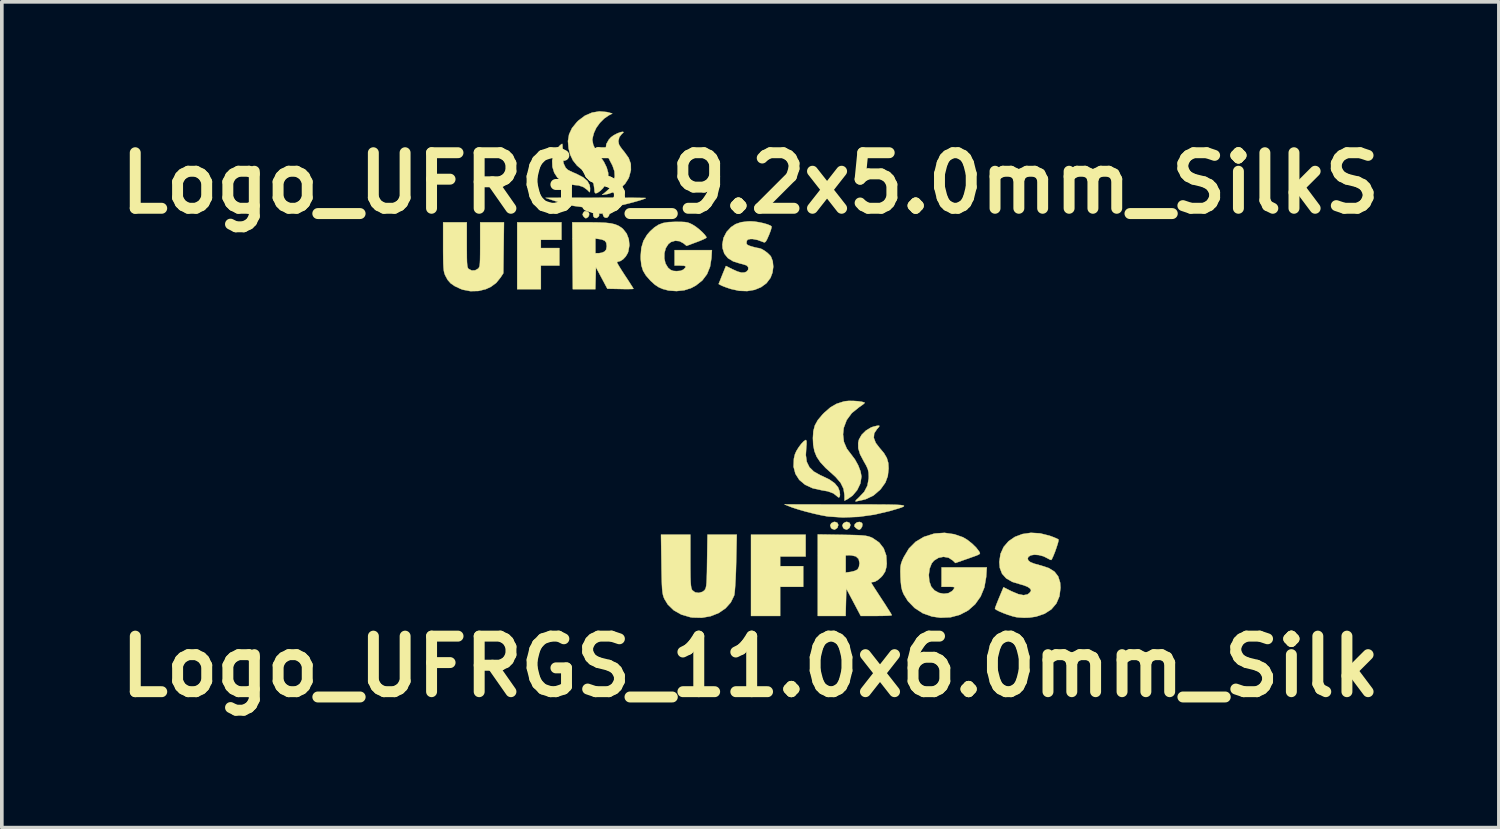
<source format=kicad_pcb>
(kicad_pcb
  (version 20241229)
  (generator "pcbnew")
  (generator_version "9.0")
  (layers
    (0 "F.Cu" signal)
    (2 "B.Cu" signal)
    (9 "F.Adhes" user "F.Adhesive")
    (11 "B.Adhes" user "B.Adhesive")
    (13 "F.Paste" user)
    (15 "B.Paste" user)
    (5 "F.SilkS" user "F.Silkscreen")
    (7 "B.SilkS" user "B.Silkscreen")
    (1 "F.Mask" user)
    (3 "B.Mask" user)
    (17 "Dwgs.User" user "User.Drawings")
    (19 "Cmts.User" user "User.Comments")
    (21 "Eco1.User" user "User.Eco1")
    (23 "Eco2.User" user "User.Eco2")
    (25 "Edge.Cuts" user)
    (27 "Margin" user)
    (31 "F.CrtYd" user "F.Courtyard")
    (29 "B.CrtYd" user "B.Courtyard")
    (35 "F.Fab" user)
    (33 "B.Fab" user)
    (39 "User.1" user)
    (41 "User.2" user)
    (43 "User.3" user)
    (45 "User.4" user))
  (footprint "Logo_UFRGS_9.2x5.0mm_SilkS"
    (layer "F.Cu")
    (at 13.317 2.99)
    (property "Reference" "Logo_UFRGS_9.2x5.0mm_SilkS" (at 4.216 -1.016 0) (layer "F.SilkS") (effects (font (size 1.524 1.524) (thickness 0.3))))
    (attr through_hole)
    (fp_poly (pts (xy -0.965 0.539) (xy -1.53 0.539) (xy -1.53 0.765) (xy -1.022 0.765) (xy -1.022 1.245) (xy -1.53 1.245) (xy -1.53 1.894) (xy -2.179 1.894) (xy -2.179 0.059) (xy -0.965 0.059) (xy -0.965 0.539)) (stroke (width 0.01) (type solid)) (fill yes) (layer "F.SilkS"))
    (fp_poly (pts (xy 0.005 -0.242) (xy 0.059 -0.198) (xy 0.07 -0.137) (xy 0.051 -0.096) (xy -0.007 -0.057) (xy -0.062 -0.072) (xy -0.088 -0.106) (xy -0.098 -0.167) (xy -0.072 -0.22) (xy -0.025 -0.246) (xy 0.005 -0.242)) (stroke (width 0.01) (type solid)) (fill yes) (layer "F.SilkS"))
    (fp_poly (pts (xy 0.291 -0.244) (xy 0.324 -0.222) (xy 0.352 -0.176) (xy 0.335 -0.119) (xy 0.335 -0.119) (xy 0.286 -0.067) (xy 0.23 -0.07) (xy 0.192 -0.102) (xy 0.17 -0.16) (xy 0.189 -0.213) (xy 0.234 -0.245) (xy 0.291 -0.244)) (stroke (width 0.01) (type solid)) (fill yes) (layer "F.SilkS"))
    (fp_poly (pts (xy -0.248 -0.234) (xy -0.209 -0.196) (xy -0.206 -0.14) (xy -0.233 -0.087) (xy -0.284 -0.056) (xy -0.302 -0.054) (xy -0.327 -0.071) (xy -0.356 -0.098) (xy -0.385 -0.149) (xy -0.371 -0.197) (xy -0.335 -0.243) (xy -0.286 -0.246) (xy -0.248 -0.234)) (stroke (width 0.01) (type solid)) (fill yes) (layer "F.SilkS"))
    (fp_poly (pts (xy 0.501 -0.616) (xy 0.732 -0.615) (xy 0.934 -0.614) (xy 1.103 -0.613) (xy 1.232 -0.611) (xy 1.315 -0.61) (xy 1.349 -0.608) (xy 1.349 -0.607) (xy 1.323 -0.592) (xy 1.254 -0.566) (xy 1.151 -0.534) (xy 1.025 -0.498) (xy 0.889 -0.462) (xy 0.752 -0.428) (xy 0.625 -0.4) (xy 0.577 -0.39) (xy 0.282 -0.351) (xy -0.034 -0.338) (xy -0.348 -0.353) (xy -0.637 -0.393) (xy -0.649 -0.396) (xy -0.805 -0.432) (xy -0.977 -0.477) (xy -1.134 -0.524) (xy -1.157 -0.531) (xy -1.403 -0.613) (xy -0.027 -0.615) (xy 0.246 -0.616) (xy 0.501 -0.616)) (stroke (width 0.01) (type solid)) (fill yes) (layer "F.SilkS"))
    (fp_poly (pts (xy 0.739 -2.416) (xy 0.717 -2.388) (xy 0.692 -2.368) (xy 0.622 -2.279) (xy 0.596 -2.17) (xy 0.612 -2.079) (xy 0.645 -2.021) (xy 0.704 -1.94) (xy 0.767 -1.863) (xy 0.879 -1.706) (xy 0.937 -1.545) (xy 0.94 -1.375) (xy 0.891 -1.189) (xy 0.87 -1.14) (xy 0.778 -0.996) (xy 0.643 -0.871) (xy 0.48 -0.775) (xy 0.302 -0.718) (xy 0.277 -0.714) (xy 0.15 -0.695) (xy 0.234 -0.762) (xy 0.34 -0.857) (xy 0.412 -0.954) (xy 0.463 -1.062) (xy 0.497 -1.2) (xy 0.488 -1.343) (xy 0.435 -1.498) (xy 0.365 -1.631) (xy 0.281 -1.804) (xy 0.248 -1.955) (xy 0.267 -2.09) (xy 0.337 -2.213) (xy 0.394 -2.275) (xy 0.471 -2.331) (xy 0.569 -2.382) (xy 0.664 -2.416) (xy 0.717 -2.424) (xy 0.739 -2.416)) (stroke (width 0.01) (type solid)) (fill yes) (layer "F.SilkS"))
    (fp_poly (pts (xy -0.938 -2.068) (xy -0.935 -1.999) (xy -0.937 -1.902) (xy -0.938 -1.88) (xy -0.934 -1.7) (xy -0.904 -1.55) (xy -0.85 -1.438) (xy -0.792 -1.382) (xy -0.736 -1.352) (xy -0.646 -1.31) (xy -0.542 -1.265) (xy -0.54 -1.264) (xy -0.37 -1.175) (xy -0.254 -1.075) (xy -0.192 -0.962) (xy -0.18 -0.879) (xy -0.182 -0.809) (xy -0.188 -0.77) (xy -0.19 -0.767) (xy -0.213 -0.786) (xy -0.253 -0.828) (xy -0.358 -0.906) (xy -0.495 -0.954) (xy -0.61 -0.965) (xy -0.731 -0.984) (xy -0.867 -1.031) (xy -0.991 -1.098) (xy -1.075 -1.166) (xy -1.163 -1.302) (xy -1.213 -1.463) (xy -1.22 -1.634) (xy -1.183 -1.797) (xy -1.171 -1.826) (xy -1.128 -1.902) (xy -1.07 -1.981) (xy -1.01 -2.048) (xy -0.961 -2.088) (xy -0.945 -2.094) (xy -0.938 -2.068)) (stroke (width 0.01) (type solid)) (fill yes) (layer "F.SilkS"))
    (fp_poly (pts (xy 0.284 -2.966) (xy 0.318 -2.957) (xy 0.431 -2.926) (xy 0.332 -2.875) (xy 0.208 -2.79) (xy 0.089 -2.67) (xy -0.01 -2.534) (xy -0.072 -2.4) (xy -0.074 -2.394) (xy -0.099 -2.303) (xy -0.115 -2.229) (xy -0.118 -2.2) (xy -0.093 -2.065) (xy -0.017 -1.91) (xy 0.092 -1.756) (xy 0.199 -1.602) (xy 0.275 -1.447) (xy 0.316 -1.302) (xy 0.319 -1.179) (xy 0.316 -1.163) (xy 0.26 -1.011) (xy 0.174 -0.877) (xy 0.098 -0.803) (xy 0.017 -0.748) (xy -0.032 -0.737) (xy -0.056 -0.77) (xy -0.062 -0.849) (xy -0.082 -0.995) (xy -0.146 -1.13) (xy -0.258 -1.261) (xy -0.386 -1.368) (xy -0.541 -1.502) (xy -0.651 -1.641) (xy -0.726 -1.8) (xy -0.769 -1.966) (xy -0.787 -2.17) (xy -0.756 -2.354) (xy -0.675 -2.527) (xy -0.539 -2.694) (xy -0.5 -2.732) (xy -0.322 -2.866) (xy -0.126 -2.951) (xy 0.078 -2.985) (xy 0.284 -2.966)) (stroke (width 0.01) (type solid)) (fill yes) (layer "F.SilkS"))
    (fp_poly (pts (xy -3.562 0.676) (xy -3.561 0.879) (xy -3.56 1.034) (xy -3.557 1.147) (xy -3.551 1.226) (xy -3.543 1.278) (xy -3.531 1.312) (xy -3.516 1.334) (xy -3.51 1.339) (xy -3.427 1.38) (xy -3.333 1.376) (xy -3.251 1.329) (xy -3.233 1.307) (xy -3.218 1.279) (xy -3.208 1.237) (xy -3.202 1.172) (xy -3.198 1.079) (xy -3.196 0.948) (xy -3.195 0.771) (xy -3.195 0.666) (xy -3.195 0.059) (xy -2.542 0.059) (xy -2.56 1.456) (xy -2.635 1.571) (xy -2.755 1.72) (xy -2.902 1.828) (xy -3.04 1.892) (xy -3.246 1.942) (xy -3.463 1.947) (xy -3.671 1.907) (xy -3.733 1.884) (xy -3.889 1.811) (xy -4.003 1.733) (xy -4.087 1.638) (xy -4.154 1.514) (xy -4.165 1.488) (xy -4.18 1.442) (xy -4.192 1.383) (xy -4.2 1.302) (xy -4.206 1.191) (xy -4.209 1.044) (xy -4.211 0.852) (xy -4.211 0.719) (xy -4.211 0.059) (xy -3.562 0.059) (xy -3.562 0.676)) (stroke (width 0.01) (type solid)) (fill yes) (layer "F.SilkS"))
    (fp_poly (pts (xy -0.173 0.059) (xy 0.059 0.062) (xy 0.243 0.071) (xy 0.388 0.087) (xy 0.503 0.114) (xy 0.596 0.152) (xy 0.677 0.203) (xy 0.725 0.243) (xy 0.823 0.368) (xy 0.882 0.521) (xy 0.898 0.688) (xy 0.87 0.854) (xy 0.854 0.9) (xy 0.799 0.994) (xy 0.725 1.073) (xy 0.648 1.122) (xy 0.608 1.131) (xy 0.566 1.145) (xy 0.559 1.16) (xy 0.574 1.192) (xy 0.615 1.262) (xy 0.676 1.361) (xy 0.752 1.479) (xy 0.785 1.529) (xy 0.865 1.65) (xy 0.932 1.755) (xy 0.982 1.833) (xy 1.008 1.876) (xy 1.01 1.882) (xy 0.984 1.887) (xy 0.912 1.889) (xy 0.804 1.89) (xy 0.672 1.888) (xy 0.652 1.887) (xy 0.294 1.88) (xy 0.137 1.585) (xy -0.02 1.29) (xy -0.028 1.592) (xy -0.036 1.894) (xy -0.653 1.894) (xy -0.662 0.906) (xy -0.034 0.906) (xy 0.059 0.906) (xy 0.145 0.892) (xy 0.214 0.862) (xy 0.261 0.808) (xy 0.276 0.725) (xy 0.277 0.71) (xy 0.264 0.618) (xy 0.22 0.561) (xy 0.134 0.528) (xy 0.08 0.519) (xy -0.034 0.503) (xy -0.034 0.906) (xy -0.662 0.906) (xy -0.669 0.059) (xy -0.173 0.059)) (stroke (width 0.01) (type solid)) (fill yes) (layer "F.SilkS"))
    (fp_poly (pts (xy 2.321 0.046) (xy 2.42 0.051) (xy 2.493 0.063) (xy 2.554 0.084) (xy 2.621 0.117) (xy 2.641 0.128) (xy 2.725 0.182) (xy 2.815 0.253) (xy 2.9 0.33) (xy 2.968 0.402) (xy 3.008 0.458) (xy 3.014 0.477) (xy 2.989 0.496) (xy 2.922 0.529) (xy 2.825 0.57) (xy 2.74 0.602) (xy 2.467 0.704) (xy 2.385 0.636) (xy 2.276 0.576) (xy 2.156 0.564) (xy 2.041 0.598) (xy 1.968 0.654) (xy 1.896 0.767) (xy 1.859 0.905) (xy 1.857 1.05) (xy 1.888 1.187) (xy 1.955 1.298) (xy 1.964 1.309) (xy 2.031 1.365) (xy 2.1 1.391) (xy 2.191 1.398) (xy 2.303 1.389) (xy 2.377 1.357) (xy 2.39 1.346) (xy 2.437 1.296) (xy 2.44 1.265) (xy 2.394 1.249) (xy 2.297 1.245) (xy 2.294 1.245) (xy 2.139 1.245) (xy 2.139 0.821) (xy 3.162 0.821) (xy 3.149 1.04) (xy 3.111 1.277) (xy 3.028 1.481) (xy 2.898 1.653) (xy 2.721 1.793) (xy 2.594 1.861) (xy 2.405 1.922) (xy 2.192 1.945) (xy 1.977 1.93) (xy 1.815 1.888) (xy 1.701 1.838) (xy 1.596 1.768) (xy 1.482 1.665) (xy 1.474 1.656) (xy 1.354 1.52) (xy 1.274 1.388) (xy 1.228 1.241) (xy 1.209 1.064) (xy 1.208 0.987) (xy 1.226 0.76) (xy 1.284 0.567) (xy 1.384 0.4) (xy 1.466 0.306) (xy 1.584 0.199) (xy 1.698 0.125) (xy 1.821 0.078) (xy 1.969 0.053) (xy 2.157 0.045) (xy 2.182 0.045) (xy 2.321 0.046)) (stroke (width 0.01) (type solid)) (fill yes) (layer "F.SilkS"))
    (fp_poly (pts (xy 4.334 0.038) (xy 4.454 0.057) (xy 4.576 0.083) (xy 4.684 0.114) (xy 4.763 0.146) (xy 4.799 0.172) (xy 4.796 0.208) (xy 4.775 0.282) (xy 4.738 0.38) (xy 4.725 0.412) (xy 4.677 0.521) (xy 4.641 0.584) (xy 4.611 0.609) (xy 4.59 0.607) (xy 4.417 0.543) (xy 4.281 0.516) (xy 4.223 0.516) (xy 4.154 0.529) (xy 4.122 0.559) (xy 4.113 0.601) (xy 4.113 0.646) (xy 4.135 0.676) (xy 4.19 0.701) (xy 4.252 0.721) (xy 4.343 0.746) (xy 4.415 0.762) (xy 4.442 0.765) (xy 4.511 0.784) (xy 4.599 0.833) (xy 4.688 0.899) (xy 4.76 0.97) (xy 4.783 1.001) (xy 4.831 1.127) (xy 4.845 1.278) (xy 4.824 1.436) (xy 4.769 1.582) (xy 4.767 1.585) (xy 4.658 1.729) (xy 4.51 1.838) (xy 4.332 1.911) (xy 4.129 1.945) (xy 3.91 1.937) (xy 3.683 1.887) (xy 3.67 1.883) (xy 3.563 1.847) (xy 3.47 1.812) (xy 3.411 1.786) (xy 3.41 1.785) (xy 3.347 1.751) (xy 3.4 1.618) (xy 3.443 1.51) (xy 3.487 1.402) (xy 3.5 1.37) (xy 3.547 1.256) (xy 3.732 1.349) (xy 3.869 1.41) (xy 3.973 1.438) (xy 4.057 1.434) (xy 4.11 1.413) (xy 4.155 1.363) (xy 4.16 1.299) (xy 4.129 1.251) (xy 4.083 1.23) (xy 4.002 1.205) (xy 3.939 1.19) (xy 3.746 1.13) (xy 3.601 1.04) (xy 3.504 0.92) (xy 3.455 0.771) (xy 3.448 0.665) (xy 3.48 0.486) (xy 3.564 0.323) (xy 3.685 0.192) (xy 3.811 0.108) (xy 3.961 0.056) (xy 4.144 0.033) (xy 4.23 0.031) (xy 4.334 0.038)) (stroke (width 0.01) (type solid)) (fill yes) (layer "F.SilkS")))
  (footprint "Logo_UFRGS_11.0x6.0mm_Silk"
    (layer "F.Cu")
    (at 20.15 11.577)
    (property "Reference" "Logo_UFRGS_11.0x6.0mm_Silk" (at -2.616 3.658 0) (layer "F.SilkS") (effects (font (size 1.524 1.524) (thickness 0.3))))
    (attr exclude_from_pos_files exclude_from_bom)
    (fp_poly (pts (xy -1.1 0.638) (xy -1.799 0.638) (xy -1.799 0.904) (xy -1.166 0.904) (xy -1.166 1.47) (xy -1.799 1.47) (xy -1.799 2.269) (xy -2.598 2.269) (xy -2.598 0.039) (xy -1.1 0.039) (xy -1.1 0.638)) (stroke (width 0.01) (type solid)) (fill yes) (layer "F.SilkS"))
    (fp_poly (pts (xy -0.229 -0.286) (xy -0.203 -0.226) (xy -0.228 -0.152) (xy -0.235 -0.143) (xy -0.303 -0.098) (xy -0.374 -0.119) (xy -0.403 -0.147) (xy -0.426 -0.215) (xy -0.396 -0.275) (xy -0.324 -0.309) (xy -0.297 -0.311) (xy -0.229 -0.286)) (stroke (width 0.01) (type solid)) (fill yes) (layer "F.SilkS"))
    (fp_poly (pts (xy 0.104 -0.286) (xy 0.13 -0.226) (xy 0.105 -0.152) (xy 0.098 -0.143) (xy 0.03 -0.098) (xy -0.041 -0.119) (xy -0.07 -0.147) (xy -0.093 -0.215) (xy -0.063 -0.275) (xy 0.008 -0.309) (xy 0.035 -0.311) (xy 0.104 -0.286)) (stroke (width 0.01) (type solid)) (fill yes) (layer "F.SilkS"))
    (fp_poly (pts (xy 0.439 -0.287) (xy 0.459 -0.251) (xy 0.45 -0.184) (xy 0.413 -0.121) (xy 0.368 -0.094) (xy 0.326 -0.112) (xy 0.28 -0.142) (xy 0.236 -0.19) (xy 0.248 -0.244) (xy 0.252 -0.251) (xy 0.308 -0.298) (xy 0.379 -0.31) (xy 0.439 -0.287)) (stroke (width 0.01) (type solid)) (fill yes) (layer "F.SilkS"))
    (fp_poly (pts (xy 0.016 -0.789) (xy 0.41 -0.789) (xy 0.741 -0.788) (xy 1.013 -0.787) (xy 1.229 -0.784) (xy 1.392 -0.78) (xy 1.506 -0.773) (xy 1.574 -0.763) (xy 1.6 -0.75) (xy 1.587 -0.732) (xy 1.539 -0.71) (xy 1.459 -0.683) (xy 1.351 -0.651) (xy 1.219 -0.612) (xy 1.205 -0.608) (xy 0.783 -0.509) (xy 0.351 -0.449) (xy -0.074 -0.432) (xy -0.47 -0.458) (xy -0.516 -0.464) (xy -0.683 -0.495) (xy -0.884 -0.54) (xy -1.098 -0.594) (xy -1.3 -0.652) (xy -1.467 -0.706) (xy -1.516 -0.725) (xy -1.682 -0.79) (xy 0.016 -0.789)) (stroke (width 0.01) (type solid)) (fill yes) (layer "F.SilkS"))
    (fp_poly (pts (xy -1.075 -2.527) (xy -1.075 -2.435) (xy -1.081 -2.376) (xy -1.095 -2.144) (xy -1.069 -1.958) (xy -0.997 -1.811) (xy -0.875 -1.691) (xy -0.697 -1.591) (xy -0.651 -1.571) (xy -0.446 -1.472) (xy -0.301 -1.369) (xy -0.21 -1.258) (xy -0.169 -1.152) (xy -0.157 -1.052) (xy -0.169 -0.992) (xy -0.201 -0.982) (xy -0.235 -1.011) (xy -0.338 -1.093) (xy -0.493 -1.15) (xy -0.65 -1.177) (xy -0.905 -1.233) (xy -1.114 -1.329) (xy -1.274 -1.463) (xy -1.38 -1.63) (xy -1.431 -1.825) (xy -1.422 -2.044) (xy -1.394 -2.163) (xy -1.355 -2.252) (xy -1.293 -2.353) (xy -1.221 -2.449) (xy -1.152 -2.522) (xy -1.099 -2.557) (xy -1.093 -2.558) (xy -1.075 -2.527)) (stroke (width 0.01) (type solid)) (fill yes) (layer "F.SilkS"))
    (fp_poly (pts (xy 0.918 -2.924) (xy 0.868 -2.866) (xy 0.858 -2.856) (xy 0.781 -2.741) (xy 0.77 -2.616) (xy 0.823 -2.477) (xy 0.925 -2.344) (xy 1.05 -2.195) (xy 1.128 -2.062) (xy 1.167 -1.927) (xy 1.176 -1.776) (xy 1.154 -1.568) (xy 1.088 -1.39) (xy 0.967 -1.22) (xy 0.945 -1.194) (xy 0.759 -1.033) (xy 0.548 -0.933) (xy 0.465 -0.912) (xy 0.366 -0.891) (xy 0.285 -0.873) (xy 0.282 -0.872) (xy 0.263 -0.879) (xy 0.297 -0.922) (xy 0.358 -0.978) (xy 0.507 -1.135) (xy 0.595 -1.305) (xy 0.63 -1.501) (xy 0.632 -1.552) (xy 0.627 -1.662) (xy 0.607 -1.754) (xy 0.564 -1.852) (xy 0.495 -1.974) (xy 0.394 -2.165) (xy 0.344 -2.33) (xy 0.342 -2.479) (xy 0.363 -2.569) (xy 0.436 -2.699) (xy 0.553 -2.815) (xy 0.695 -2.901) (xy 0.755 -2.922) (xy 0.866 -2.949) (xy 0.919 -2.951) (xy 0.918 -2.924)) (stroke (width 0.01) (type solid)) (fill yes) (layer "F.SilkS"))
    (fp_poly (pts (xy 0.208 -3.629) (xy 0.333 -3.621) (xy 0.441 -3.606) (xy 0.51 -3.586) (xy 0.521 -3.579) (xy 0.502 -3.555) (xy 0.441 -3.508) (xy 0.365 -3.456) (xy 0.166 -3.295) (xy 0.026 -3.105) (xy -0.055 -2.889) (xy -0.074 -2.71) (xy -0.05 -2.505) (xy 0.03 -2.319) (xy 0.145 -2.167) (xy 0.252 -2.025) (xy 0.342 -1.862) (xy 0.405 -1.699) (xy 0.431 -1.559) (xy 0.431 -1.55) (xy 0.401 -1.363) (xy 0.316 -1.185) (xy 0.189 -1.033) (xy 0.057 -0.94) (xy -0.034 -0.892) (xy -0.034 -1.044) (xy -0.06 -1.219) (xy -0.14 -1.383) (xy -0.279 -1.545) (xy -0.356 -1.615) (xy -0.552 -1.791) (xy -0.696 -1.947) (xy -0.797 -2.097) (xy -0.859 -2.252) (xy -0.892 -2.425) (xy -0.9 -2.61) (xy -0.888 -2.8) (xy -0.846 -2.958) (xy -0.766 -3.103) (xy -0.639 -3.254) (xy -0.588 -3.306) (xy -0.419 -3.453) (xy -0.251 -3.55) (xy -0.061 -3.611) (xy -0.012 -3.621) (xy 0.085 -3.63) (xy 0.208 -3.629)) (stroke (width 0.01) (type solid)) (fill yes) (layer "F.SilkS"))
    (fp_poly (pts (xy -4.262 0.764) (xy -4.261 1.01) (xy -4.259 1.199) (xy -4.254 1.338) (xy -4.246 1.437) (xy -4.235 1.504) (xy -4.219 1.547) (xy -4.21 1.563) (xy -4.132 1.622) (xy -4.03 1.637) (xy -3.928 1.607) (xy -3.876 1.567) (xy -3.855 1.538) (xy -3.839 1.5) (xy -3.827 1.442) (xy -3.818 1.357) (xy -3.812 1.234) (xy -3.807 1.066) (xy -3.804 0.842) (xy -3.803 0.768) (xy -3.792 0.039) (xy -2.989 0.039) (xy -3.006 0.813) (xy -3.012 1.041) (xy -3.021 1.254) (xy -3.032 1.439) (xy -3.043 1.585) (xy -3.054 1.681) (xy -3.06 1.707) (xy -3.153 1.899) (xy -3.298 2.061) (xy -3.485 2.189) (xy -3.704 2.276) (xy -3.946 2.319) (xy -4.201 2.313) (xy -4.262 2.304) (xy -4.509 2.232) (xy -4.717 2.115) (xy -4.881 1.956) (xy -4.974 1.803) (xy -4.996 1.75) (xy -5.013 1.693) (xy -5.026 1.621) (xy -5.036 1.526) (xy -5.043 1.398) (xy -5.048 1.228) (xy -5.053 1.006) (xy -5.055 0.846) (xy -5.067 0.039) (xy -4.262 0.039) (xy -4.262 0.764)) (stroke (width 0.01) (type solid)) (fill yes) (layer "F.SilkS"))
    (fp_poly (pts (xy -0.093 0.044) (xy 0.138 0.048) (xy 0.314 0.053) (xy 0.444 0.06) (xy 0.54 0.07) (xy 0.612 0.084) (xy 0.672 0.103) (xy 0.73 0.128) (xy 0.743 0.135) (xy 0.917 0.255) (xy 1.041 0.415) (xy 1.111 0.61) (xy 1.125 0.836) (xy 1.115 0.928) (xy 1.081 1.053) (xy 1.013 1.159) (xy 0.965 1.211) (xy 0.881 1.283) (xy 0.803 1.328) (xy 0.769 1.337) (xy 0.712 1.343) (xy 0.698 1.353) (xy 0.715 1.385) (xy 0.763 1.463) (xy 0.836 1.576) (xy 0.926 1.715) (xy 0.981 1.799) (xy 1.079 1.948) (xy 1.161 2.078) (xy 1.224 2.177) (xy 1.259 2.237) (xy 1.264 2.249) (xy 1.233 2.257) (xy 1.148 2.263) (xy 1.021 2.267) (xy 0.864 2.269) (xy 0.838 2.269) (xy 0.412 2.269) (xy 0.016 1.52) (xy -0.003 2.269) (xy -0.767 2.269) (xy -0.767 1.079) (xy -0.001 1.079) (xy 0.137 1.061) (xy 0.237 1.037) (xy 0.314 1.001) (xy 0.327 0.99) (xy 0.362 0.923) (xy 0.378 0.828) (xy 0.379 0.822) (xy 0.354 0.707) (xy 0.279 0.636) (xy 0.153 0.607) (xy 0.124 0.606) (xy -0.001 0.605) (xy -0.001 1.079) (xy -0.767 1.079) (xy -0.767 0.033) (xy -0.093 0.044)) (stroke (width 0.01) (type solid)) (fill yes) (layer "F.SilkS"))
    (fp_poly (pts (xy 2.977 0.028) (xy 3.217 0.111) (xy 3.337 0.183) (xy 3.465 0.284) (xy 3.578 0.394) (xy 3.655 0.494) (xy 3.66 0.503) (xy 3.676 0.531) (xy 3.682 0.553) (xy 3.669 0.572) (xy 3.628 0.595) (xy 3.55 0.626) (xy 3.426 0.67) (xy 3.276 0.723) (xy 3.008 0.817) (xy 2.938 0.748) (xy 2.819 0.671) (xy 2.681 0.647) (xy 2.542 0.675) (xy 2.421 0.752) (xy 2.358 0.828) (xy 2.301 0.973) (xy 2.279 1.145) (xy 2.293 1.317) (xy 2.344 1.463) (xy 2.347 1.469) (xy 2.438 1.571) (xy 2.558 1.636) (xy 2.689 1.661) (xy 2.816 1.645) (xy 2.92 1.586) (xy 2.954 1.545) (xy 2.979 1.503) (xy 2.975 1.48) (xy 2.928 1.472) (xy 2.829 1.47) (xy 2.816 1.47) (xy 2.629 1.47) (xy 2.629 0.938) (xy 3.87 0.938) (xy 3.852 1.202) (xy 3.803 1.487) (xy 3.7 1.737) (xy 3.55 1.948) (xy 3.359 2.117) (xy 3.132 2.237) (xy 2.876 2.306) (xy 2.597 2.318) (xy 2.366 2.285) (xy 2.114 2.196) (xy 1.89 2.051) (xy 1.704 1.859) (xy 1.59 1.674) (xy 1.55 1.577) (xy 1.524 1.467) (xy 1.509 1.324) (xy 1.502 1.195) (xy 1.498 1.04) (xy 1.502 0.929) (xy 1.517 0.841) (xy 1.547 0.755) (xy 1.59 0.66) (xy 1.733 0.421) (xy 1.918 0.235) (xy 2.145 0.1) (xy 2.416 0.014) (xy 2.456 0.007) (xy 2.712 -0.01) (xy 2.977 0.028)) (stroke (width 0.01) (type solid)) (fill yes) (layer "F.SilkS"))
    (fp_poly (pts (xy 5.332 0.004) (xy 5.592 0.069) (xy 5.705 0.111) (xy 5.793 0.148) (xy 5.837 0.172) (xy 5.836 0.21) (xy 5.815 0.291) (xy 5.78 0.399) (xy 5.739 0.515) (xy 5.696 0.622) (xy 5.659 0.702) (xy 5.639 0.734) (xy 5.606 0.727) (xy 5.546 0.694) (xy 5.425 0.633) (xy 5.296 0.599) (xy 5.174 0.59) (xy 5.073 0.607) (xy 5.009 0.65) (xy 4.992 0.698) (xy 5.009 0.748) (xy 5.064 0.792) (xy 5.166 0.834) (xy 5.324 0.878) (xy 5.359 0.887) (xy 5.572 0.957) (xy 5.727 1.055) (xy 5.828 1.185) (xy 5.881 1.352) (xy 5.891 1.496) (xy 5.863 1.729) (xy 5.778 1.927) (xy 5.641 2.088) (xy 5.454 2.209) (xy 5.22 2.288) (xy 5.034 2.315) (xy 4.89 2.319) (xy 4.74 2.31) (xy 4.677 2.302) (xy 4.572 2.277) (xy 4.449 2.238) (xy 4.323 2.191) (xy 4.212 2.144) (xy 4.13 2.102) (xy 4.094 2.072) (xy 4.094 2.069) (xy 4.106 2.028) (xy 4.138 1.942) (xy 4.185 1.825) (xy 4.211 1.762) (xy 4.328 1.482) (xy 4.548 1.593) (xy 4.733 1.671) (xy 4.878 1.7) (xy 4.987 1.679) (xy 5.042 1.637) (xy 5.082 1.584) (xy 5.076 1.543) (xy 5.047 1.509) (xy 4.985 1.468) (xy 4.883 1.428) (xy 4.801 1.405) (xy 4.572 1.336) (xy 4.403 1.239) (xy 4.289 1.112) (xy 4.227 0.95) (xy 4.213 0.788) (xy 4.246 0.567) (xy 4.332 0.377) (xy 4.466 0.221) (xy 4.64 0.101) (xy 4.847 0.023) (xy 5.08 -0.011) (xy 5.332 0.004)) (stroke (width 0.01) (type solid)) (fill yes) (layer "F.SilkS")))
  (gr_rect
    (start -3 -3)
    (end 38.067 19.653)
    (stroke (width 0.1) (type default))
    (fill no)
    (layer "Edge.Cuts")))
</source>
